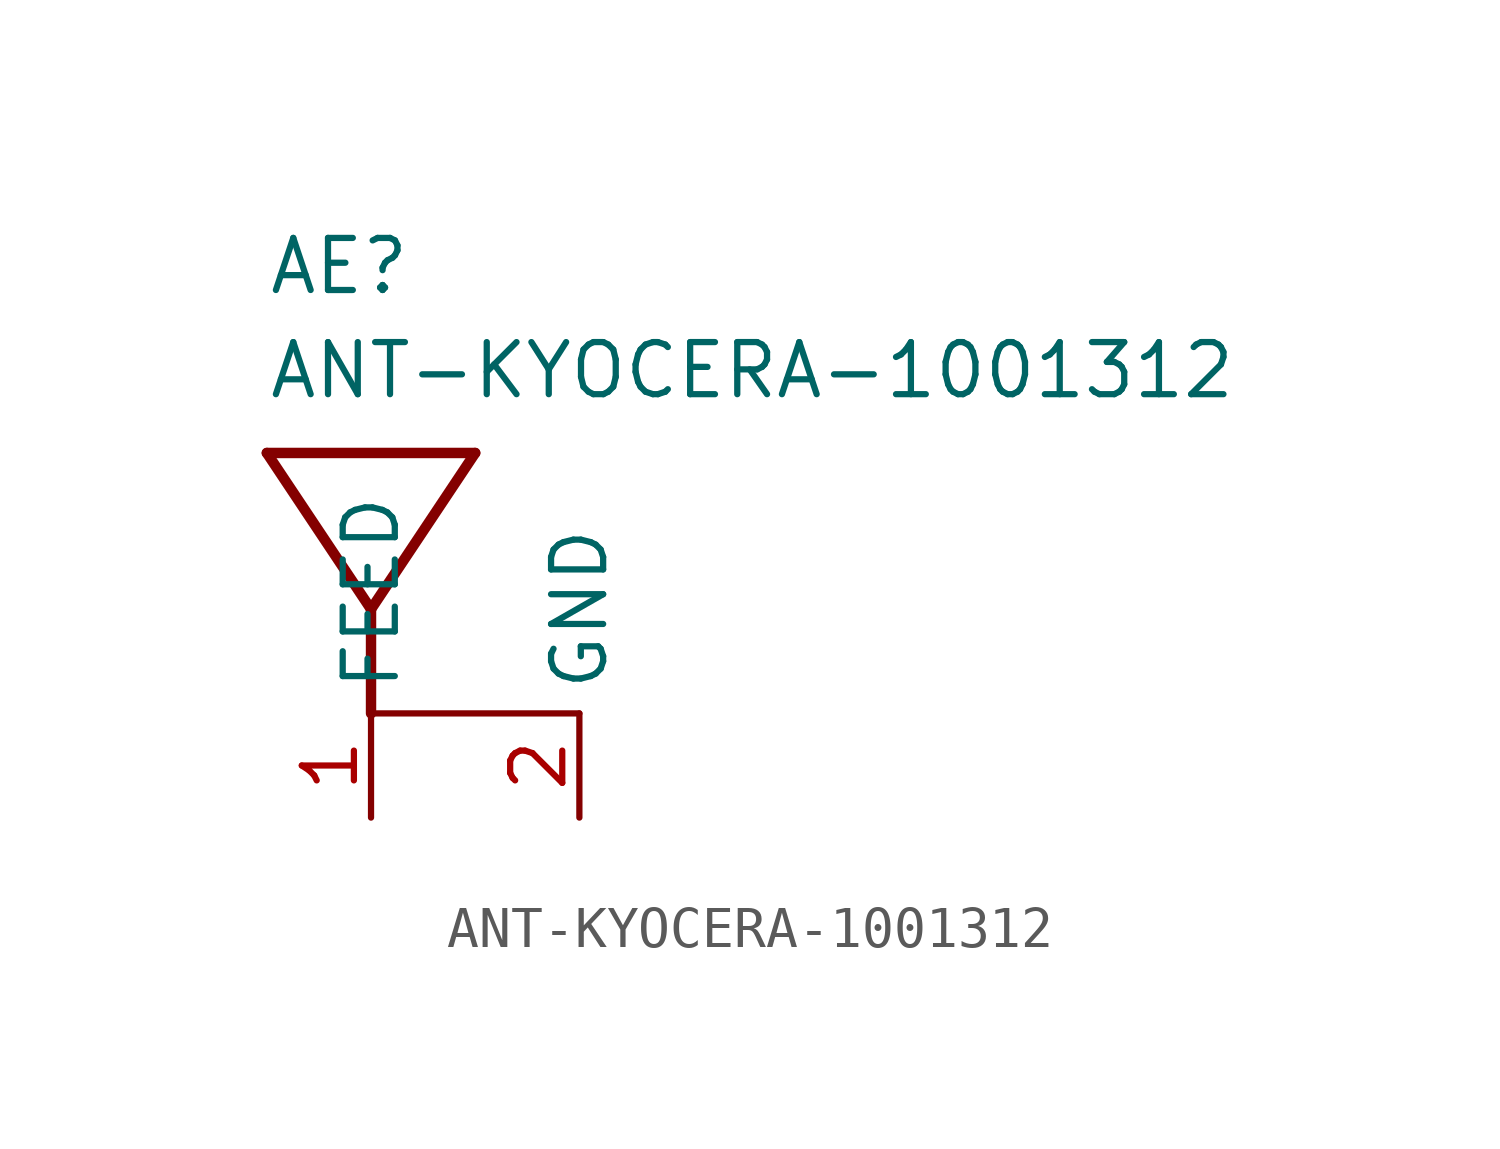
<source format=kicad_sym>
(kicad_symbol_lib
  (version 20211014)
  (generator kicad_symbol_editor)
  (symbol "ANT-KYOCERA-1001312"
    (pin_names)
    (property "Reference" "AE"
      (at -2.54 7.62 0)
      (effects (font (size 1.27 1.27)) (justify left bottom)))
    (property "Value" "ANT-KYOCERA-1001312"
      (at -2.54 5.08 0)
      (effects (font (size 1.27 1.27)) (justify left bottom)))
    (property "Datasheet" ""
      (at 0 0 0))
    (property "ki_description" "1001312  - 2.4 Ghz Chip Antenna   Technical Specifications:    2.4GHz Bluetooth, Wi-Fi, WLAN, Zigbee™ Chip RF Antenna 2.4GHz ~ 2.5GHz 1.72dBi Solder Surface Mount   Frequency Range of 2.4GHz ~ 2.5GHz   Number of frequency bands: 1   VSWR: 1.8   Gain: 1.72 dBi       Component Search:  AVX\Ethertronics | 1001312 Application Note   Datasheet:  AVX\Ethertronics | 1001312 Application Note "
      (at 0 0 0))
    (property "ki_fp_filters" "FlashPCB_Misc:ANT-KYOCERA-1001312"
      (at 0 0 0))
    (symbol "ANT-KYOCERA-1001312_1_1"
      (polyline (pts (xy 0 -2.54) (xy 0 0)) (stroke (width 0.254)) (fill (type none)))
      (polyline (pts (xy 0 0) (xy 2.54 3.81)) (stroke (width 0.254)) (fill (type none)))
      (polyline (pts (xy 0 0) (xy -2.54 3.81)) (stroke (width 0.254)) (fill (type none)))
      (polyline (pts (xy -2.54 3.81) (xy 2.54 3.81)) (stroke (width 0.254)) (fill (type none)))
      (polyline (pts (xy 0 -2.54) (xy 5.08 -2.54)) (stroke (width 0.152)) (fill (type none)))
      (pin bidirectional line (at 0 -5.08 90) (length 2.54) (name "FEED" (effects (font (size 1.27 1.27)))) (number "1" (effects (font (size 1.27 1.27)))))
      (pin bidirectional line (at 5.08 -5.08 90) (length 2.54) (name "GND" (effects (font (size 1.27 1.27)))) (number "2" (effects (font (size 1.27 1.27))))))))
</source>
